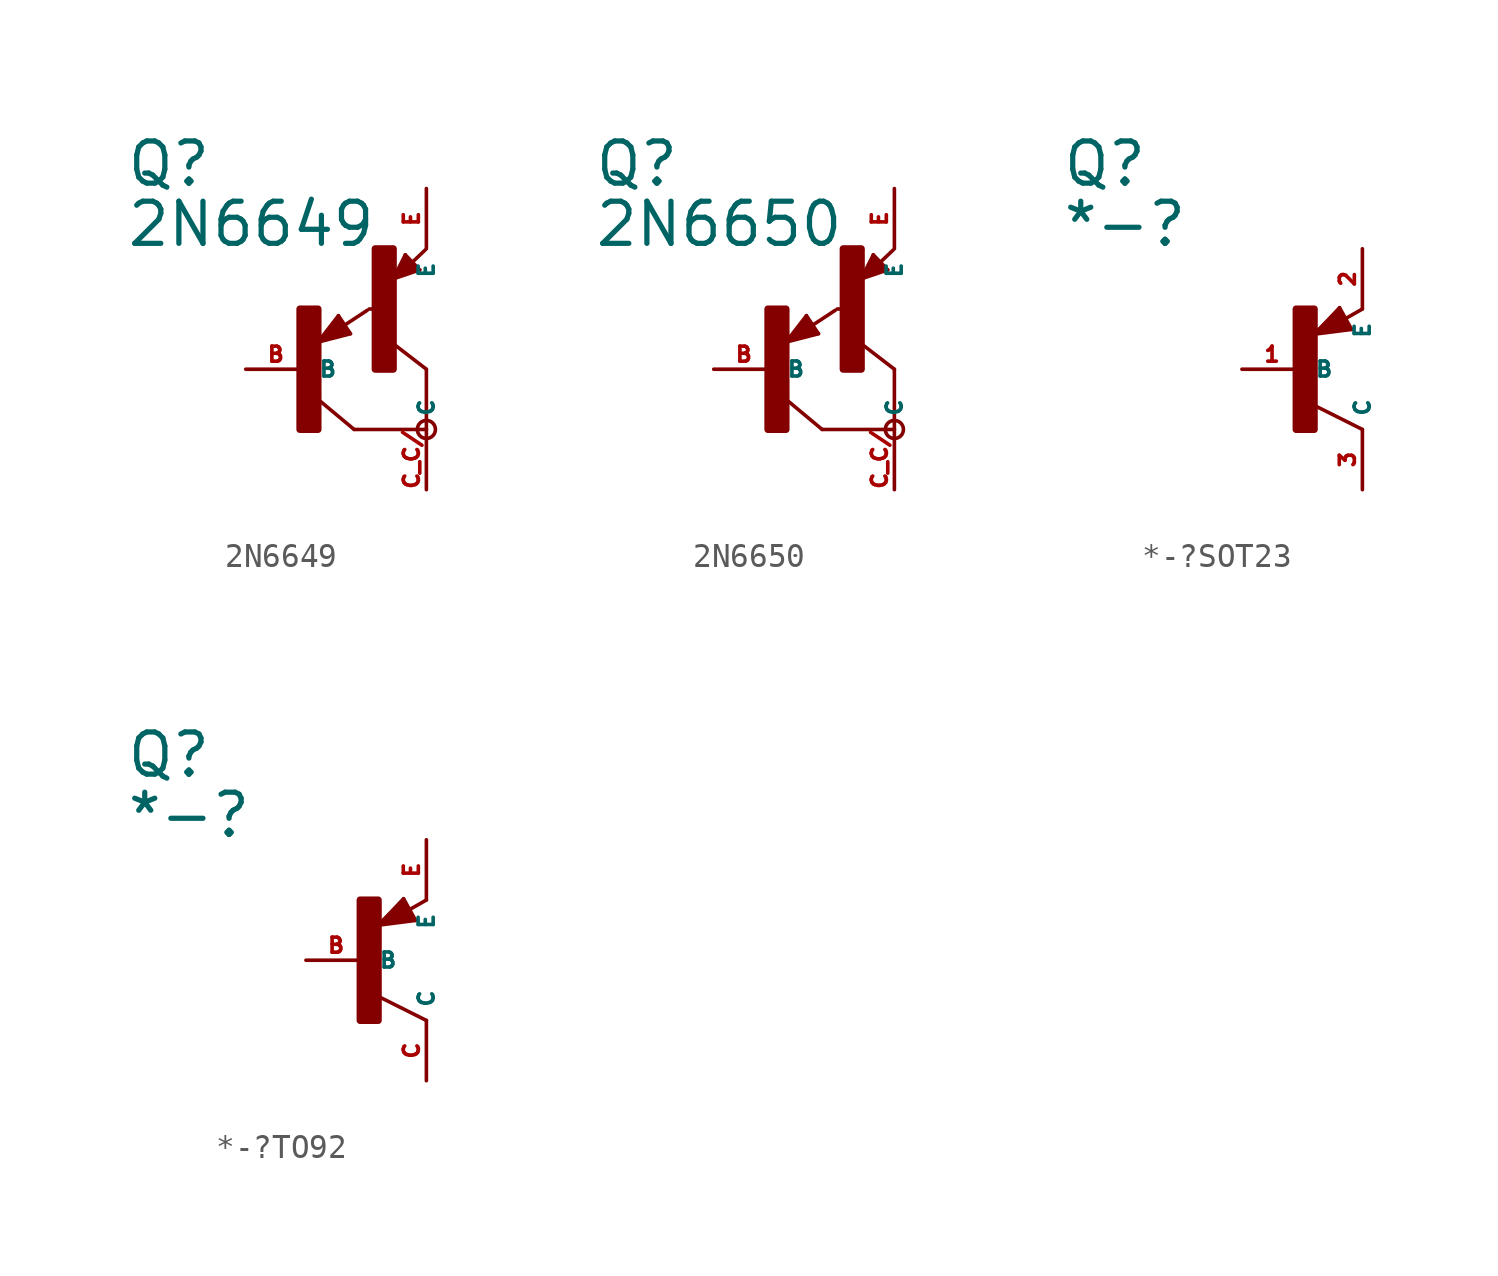
<source format=kicad_sym>
(kicad_symbol_lib
  (version 20220914)
  (generator Eagle2Kicad)
  (symbol "2N6649"
    (property "Reference" "Q"
      (at -7.62 7.62 0)
      (effects (font (size 1.778 1.778) (thickness 0.22)) (justify left bottom)))
    (property "Value" "2N6649"
      (at -7.62 5.08 0)
      (effects (font (size 1.778 1.778) (thickness 0.22)) (justify left bottom)))
    (polyline
      (pts (xy 5.08 -2.54) (xy 2.032 -2.54))
      (stroke (width 0.152) (type default))
      (fill (type none)))
    (polyline
      (pts (xy 2.032 -2.54) (xy 0.508 -1.27))
      (stroke (width 0.152) (type default))
      (fill (type none)))
    (polyline
      (pts (xy 5.08 0) (xy 3.429 1.27))
      (stroke (width 0.152) (type default))
      (fill (type none)))
    (polyline
      (pts (xy 1.37 2.259) (xy 0.508 1.143))
      (stroke (width 0.152) (type default))
      (fill (type none)))
    (polyline
      (pts (xy 1.878 1.497) (xy 1.37 2.259))
      (stroke (width 0.152) (type default))
      (fill (type none)))
    (polyline
      (pts (xy 0.508 1.143) (xy 1.878 1.497))
      (stroke (width 0.152) (type default))
      (fill (type none)))
    (polyline
      (pts (xy 1.608 1.843) (xy 2.586 2.486))
      (stroke (width 0.152) (type default))
      (fill (type none)))
    (polyline
      (pts (xy 0.635 1.27) (xy 1.397 2.159))
      (stroke (width 0.127) (type default))
      (fill (type none)))
    (polyline
      (pts (xy 1.397 2.159) (xy 1.778 1.524))
      (stroke (width 0.127) (type default))
      (fill (type none)))
    (polyline
      (pts (xy 1.778 1.524) (xy 0.762 1.27))
      (stroke (width 0.127) (type default))
      (fill (type none)))
    (polyline
      (pts (xy 0.762 1.27) (xy 1.397 2.032))
      (stroke (width 0.127) (type default))
      (fill (type none)))
    (polyline
      (pts (xy 1.397 2.032) (xy 1.651 1.651))
      (stroke (width 0.127) (type default))
      (fill (type none)))
    (polyline
      (pts (xy 1.651 1.651) (xy 0.889 1.397))
      (stroke (width 0.254) (type default))
      (fill (type none)))
    (polyline
      (pts (xy 0.889 1.397) (xy 1.397 1.905))
      (stroke (width 0.254) (type default))
      (fill (type none)))
    (polyline
      (pts (xy 1.397 1.905) (xy 1.397 1.778))
      (stroke (width 0.254) (type default))
      (fill (type none)))
    (polyline
      (pts (xy 3.683 3.81) (xy 4.799 4.191))
      (stroke (width 0.152) (type default))
      (fill (type none)))
    (polyline
      (pts (xy 4.191 4.826) (xy 3.683 3.81))
      (stroke (width 0.152) (type default))
      (fill (type none)))
    (polyline
      (pts (xy 4.799 4.191) (xy 4.191 4.826))
      (stroke (width 0.152) (type default))
      (fill (type none)))
    (polyline
      (pts (xy 4.483 4.51) (xy 5.026 5.026))
      (stroke (width 0.152) (type default))
      (fill (type none)))
    (polyline
      (pts (xy 3.81 3.937) (xy 4.191 4.699))
      (stroke (width 0.127) (type default))
      (fill (type none)))
    (polyline
      (pts (xy 4.191 4.699) (xy 4.699 4.191))
      (stroke (width 0.127) (type default))
      (fill (type none)))
    (polyline
      (pts (xy 4.699 4.191) (xy 3.937 3.937))
      (stroke (width 0.127) (type default))
      (fill (type none)))
    (polyline
      (pts (xy 3.937 3.937) (xy 4.191 4.572))
      (stroke (width 0.127) (type default))
      (fill (type none)))
    (polyline
      (pts (xy 4.191 4.572) (xy 4.572 4.191))
      (stroke (width 0.254) (type default))
      (fill (type none)))
    (polyline
      (pts (xy 4.572 4.191) (xy 4.064 4.064))
      (stroke (width 0.254) (type default))
      (fill (type none)))
    (polyline
      (pts (xy 4.064 4.064) (xy 4.191 4.318))
      (stroke (width 0.254) (type default))
      (fill (type none)))
    (polyline
      (pts (xy 4.191 4.318) (xy 4.318 4.318))
      (stroke (width 0.254) (type default))
      (fill (type none)))
    (polyline
      (pts (xy 5.08 -2.54) (xy 5.08 0))
      (stroke (width 0.152) (type default))
      (fill (type none)))
    (polyline
      (pts (xy 2.667 2.54) (xy 2.921 2.54))
      (stroke (width 0.152) (type default))
      (fill (type none)))
    (circle
      (center 5.08 -2.54)
      (radius 0.381)
      (stroke (width 0) (type default))
      (fill (type none)))
    (rectangle
      (start -0.254 -2.54)
      (end 0.508 2.54)
      (stroke (width 0.3) (type default))
      (fill (type outline)))
    (rectangle
      (start 2.921 0)
      (end 3.683 5.08)
      (stroke (width 0.3) (type default))
      (fill (type outline)))
    (pin passive line
      (at -2.54 0 0)
      (length 2.54)
      (name "B" (effects (font (size 0.635 0.635) (thickness 0.08)) (justify left bottom)))
      (number "B" (effects (font (size 0.635 0.635) (thickness 0.08)) (justify left bottom))))
    (pin passive line
      (at 5.08 7.62 270)
      (length 2.54)
      (name "E" (effects (font (size 0.635 0.635) (thickness 0.08)) (justify left bottom)))
      (number "E" (effects (font (size 0.635 0.635) (thickness 0.08)) (justify left bottom))))
    (pin passive line
      (at 5.08 -5.08 90)
      (length 2.54)
      (name "C" (effects (font (size 0.635 0.635) (thickness 0.08)) (justify left bottom)))
      (number "C C/" (effects (font (size 0.635 0.635) (thickness 0.08)) (justify left bottom)))))
  (symbol "2N6650"
    (property "Reference" "Q"
      (at -7.62 7.62 0)
      (effects (font (size 1.778 1.778) (thickness 0.22)) (justify left bottom)))
    (property "Value" "2N6650"
      (at -7.62 5.08 0)
      (effects (font (size 1.778 1.778) (thickness 0.22)) (justify left bottom)))
    (polyline
      (pts (xy 5.08 -2.54) (xy 2.032 -2.54))
      (stroke (width 0.152) (type default))
      (fill (type none)))
    (polyline
      (pts (xy 2.032 -2.54) (xy 0.508 -1.27))
      (stroke (width 0.152) (type default))
      (fill (type none)))
    (polyline
      (pts (xy 5.08 0) (xy 3.429 1.27))
      (stroke (width 0.152) (type default))
      (fill (type none)))
    (polyline
      (pts (xy 1.37 2.259) (xy 0.508 1.143))
      (stroke (width 0.152) (type default))
      (fill (type none)))
    (polyline
      (pts (xy 1.878 1.497) (xy 1.37 2.259))
      (stroke (width 0.152) (type default))
      (fill (type none)))
    (polyline
      (pts (xy 0.508 1.143) (xy 1.878 1.497))
      (stroke (width 0.152) (type default))
      (fill (type none)))
    (polyline
      (pts (xy 1.608 1.843) (xy 2.586 2.486))
      (stroke (width 0.152) (type default))
      (fill (type none)))
    (polyline
      (pts (xy 0.635 1.27) (xy 1.397 2.159))
      (stroke (width 0.127) (type default))
      (fill (type none)))
    (polyline
      (pts (xy 1.397 2.159) (xy 1.778 1.524))
      (stroke (width 0.127) (type default))
      (fill (type none)))
    (polyline
      (pts (xy 1.778 1.524) (xy 0.762 1.27))
      (stroke (width 0.127) (type default))
      (fill (type none)))
    (polyline
      (pts (xy 0.762 1.27) (xy 1.397 2.032))
      (stroke (width 0.127) (type default))
      (fill (type none)))
    (polyline
      (pts (xy 1.397 2.032) (xy 1.651 1.651))
      (stroke (width 0.127) (type default))
      (fill (type none)))
    (polyline
      (pts (xy 1.651 1.651) (xy 0.889 1.397))
      (stroke (width 0.254) (type default))
      (fill (type none)))
    (polyline
      (pts (xy 0.889 1.397) (xy 1.397 1.905))
      (stroke (width 0.254) (type default))
      (fill (type none)))
    (polyline
      (pts (xy 1.397 1.905) (xy 1.397 1.778))
      (stroke (width 0.254) (type default))
      (fill (type none)))
    (polyline
      (pts (xy 3.683 3.81) (xy 4.799 4.191))
      (stroke (width 0.152) (type default))
      (fill (type none)))
    (polyline
      (pts (xy 4.191 4.826) (xy 3.683 3.81))
      (stroke (width 0.152) (type default))
      (fill (type none)))
    (polyline
      (pts (xy 4.799 4.191) (xy 4.191 4.826))
      (stroke (width 0.152) (type default))
      (fill (type none)))
    (polyline
      (pts (xy 4.483 4.51) (xy 5.026 5.026))
      (stroke (width 0.152) (type default))
      (fill (type none)))
    (polyline
      (pts (xy 3.81 3.937) (xy 4.191 4.699))
      (stroke (width 0.127) (type default))
      (fill (type none)))
    (polyline
      (pts (xy 4.191 4.699) (xy 4.699 4.191))
      (stroke (width 0.127) (type default))
      (fill (type none)))
    (polyline
      (pts (xy 4.699 4.191) (xy 3.937 3.937))
      (stroke (width 0.127) (type default))
      (fill (type none)))
    (polyline
      (pts (xy 3.937 3.937) (xy 4.191 4.572))
      (stroke (width 0.127) (type default))
      (fill (type none)))
    (polyline
      (pts (xy 4.191 4.572) (xy 4.572 4.191))
      (stroke (width 0.254) (type default))
      (fill (type none)))
    (polyline
      (pts (xy 4.572 4.191) (xy 4.064 4.064))
      (stroke (width 0.254) (type default))
      (fill (type none)))
    (polyline
      (pts (xy 4.064 4.064) (xy 4.191 4.318))
      (stroke (width 0.254) (type default))
      (fill (type none)))
    (polyline
      (pts (xy 4.191 4.318) (xy 4.318 4.318))
      (stroke (width 0.254) (type default))
      (fill (type none)))
    (polyline
      (pts (xy 5.08 -2.54) (xy 5.08 0))
      (stroke (width 0.152) (type default))
      (fill (type none)))
    (polyline
      (pts (xy 2.667 2.54) (xy 2.921 2.54))
      (stroke (width 0.152) (type default))
      (fill (type none)))
    (circle
      (center 5.08 -2.54)
      (radius 0.381)
      (stroke (width 0) (type default))
      (fill (type none)))
    (rectangle
      (start -0.254 -2.54)
      (end 0.508 2.54)
      (stroke (width 0.3) (type default))
      (fill (type outline)))
    (rectangle
      (start 2.921 0)
      (end 3.683 5.08)
      (stroke (width 0.3) (type default))
      (fill (type outline)))
    (pin passive line
      (at -2.54 0 0)
      (length 2.54)
      (name "B" (effects (font (size 0.635 0.635) (thickness 0.08)) (justify left bottom)))
      (number "B" (effects (font (size 0.635 0.635) (thickness 0.08)) (justify left bottom))))
    (pin passive line
      (at 5.08 7.62 270)
      (length 2.54)
      (name "E" (effects (font (size 0.635 0.635) (thickness 0.08)) (justify left bottom)))
      (number "E" (effects (font (size 0.635 0.635) (thickness 0.08)) (justify left bottom))))
    (pin passive line
      (at 5.08 -5.08 90)
      (length 2.54)
      (name "C" (effects (font (size 0.635 0.635) (thickness 0.08)) (justify left bottom)))
      (number "C C/" (effects (font (size 0.635 0.635) (thickness 0.08)) (justify left bottom)))))
  (symbol "*-?SOT23"
    (property "Reference" "Q"
      (at -10.16 7.62 0)
      (effects (font (size 1.778 1.778) (thickness 0.22)) (justify left bottom)))
    (property "Value" "*-?"
      (at -10.16 5.08 0)
      (effects (font (size 1.778 1.778) (thickness 0.22)) (justify left bottom)))
    (polyline
      (pts (xy 2.086 1.678) (xy 1.578 2.594))
      (stroke (width 0.152) (type default))
      (fill (type none)))
    (polyline
      (pts (xy 1.578 2.594) (xy 0.516 1.478))
      (stroke (width 0.152) (type default))
      (fill (type none)))
    (polyline
      (pts (xy 0.516 1.478) (xy 2.086 1.678))
      (stroke (width 0.152) (type default))
      (fill (type none)))
    (polyline
      (pts (xy 2.54 2.54) (xy 1.808 2.124))
      (stroke (width 0.152) (type default))
      (fill (type none)))
    (polyline
      (pts (xy 2.54 -2.54) (xy 0.508 -1.524))
      (stroke (width 0.152) (type default))
      (fill (type none)))
    (polyline
      (pts (xy 1.905 1.778) (xy 1.524 2.413))
      (stroke (width 0.254) (type default))
      (fill (type none)))
    (polyline
      (pts (xy 1.524 2.413) (xy 0.762 1.651))
      (stroke (width 0.254) (type default))
      (fill (type none)))
    (polyline
      (pts (xy 0.762 1.651) (xy 1.778 1.778))
      (stroke (width 0.254) (type default))
      (fill (type none)))
    (polyline
      (pts (xy 1.778 1.778) (xy 1.524 2.159))
      (stroke (width 0.254) (type default))
      (fill (type none)))
    (polyline
      (pts (xy 1.524 2.159) (xy 1.143 1.905))
      (stroke (width 0.254) (type default))
      (fill (type none)))
    (polyline
      (pts (xy 1.143 1.905) (xy 1.524 1.905))
      (stroke (width 0.254) (type default))
      (fill (type none)))
    (rectangle
      (start -0.254 -2.54)
      (end 0.508 2.54)
      (stroke (width 0.3) (type default))
      (fill (type outline)))
    (pin passive line
      (at -2.54 0 0)
      (length 2.54)
      (name "B" (effects (font (size 0.635 0.635) (thickness 0.08)) (justify left bottom)))
      (number "1" (effects (font (size 0.635 0.635) (thickness 0.08)) (justify left bottom))))
    (pin passive line
      (at 2.54 5.08 270)
      (length 2.54)
      (name "E" (effects (font (size 0.635 0.635) (thickness 0.08)) (justify left bottom)))
      (number "2" (effects (font (size 0.635 0.635) (thickness 0.08)) (justify left bottom))))
    (pin passive line
      (at 2.54 -5.08 90)
      (length 2.54)
      (name "C" (effects (font (size 0.635 0.635) (thickness 0.08)) (justify left bottom)))
      (number "3" (effects (font (size 0.635 0.635) (thickness 0.08)) (justify left bottom)))))
  (symbol "*-?TO92"
    (property "Reference" "Q"
      (at -10.16 7.62 0)
      (effects (font (size 1.778 1.778) (thickness 0.22)) (justify left bottom)))
    (property "Value" "*-?"
      (at -10.16 5.08 0)
      (effects (font (size 1.778 1.778) (thickness 0.22)) (justify left bottom)))
    (polyline
      (pts (xy 2.086 1.678) (xy 1.578 2.594))
      (stroke (width 0.152) (type default))
      (fill (type none)))
    (polyline
      (pts (xy 1.578 2.594) (xy 0.516 1.478))
      (stroke (width 0.152) (type default))
      (fill (type none)))
    (polyline
      (pts (xy 0.516 1.478) (xy 2.086 1.678))
      (stroke (width 0.152) (type default))
      (fill (type none)))
    (polyline
      (pts (xy 2.54 2.54) (xy 1.808 2.124))
      (stroke (width 0.152) (type default))
      (fill (type none)))
    (polyline
      (pts (xy 2.54 -2.54) (xy 0.508 -1.524))
      (stroke (width 0.152) (type default))
      (fill (type none)))
    (polyline
      (pts (xy 1.905 1.778) (xy 1.524 2.413))
      (stroke (width 0.254) (type default))
      (fill (type none)))
    (polyline
      (pts (xy 1.524 2.413) (xy 0.762 1.651))
      (stroke (width 0.254) (type default))
      (fill (type none)))
    (polyline
      (pts (xy 0.762 1.651) (xy 1.778 1.778))
      (stroke (width 0.254) (type default))
      (fill (type none)))
    (polyline
      (pts (xy 1.778 1.778) (xy 1.524 2.159))
      (stroke (width 0.254) (type default))
      (fill (type none)))
    (polyline
      (pts (xy 1.524 2.159) (xy 1.143 1.905))
      (stroke (width 0.254) (type default))
      (fill (type none)))
    (polyline
      (pts (xy 1.143 1.905) (xy 1.524 1.905))
      (stroke (width 0.254) (type default))
      (fill (type none)))
    (rectangle
      (start -0.254 -2.54)
      (end 0.508 2.54)
      (stroke (width 0.3) (type default))
      (fill (type outline)))
    (pin passive line
      (at -2.54 0 0)
      (length 2.54)
      (name "B" (effects (font (size 0.635 0.635) (thickness 0.08)) (justify left bottom)))
      (number "B" (effects (font (size 0.635 0.635) (thickness 0.08)) (justify left bottom))))
    (pin passive line
      (at 2.54 5.08 270)
      (length 2.54)
      (name "E" (effects (font (size 0.635 0.635) (thickness 0.08)) (justify left bottom)))
      (number "E" (effects (font (size 0.635 0.635) (thickness 0.08)) (justify left bottom))))
    (pin passive line
      (at 2.54 -5.08 90)
      (length 2.54)
      (name "C" (effects (font (size 0.635 0.635) (thickness 0.08)) (justify left bottom)))
      (number "C" (effects (font (size 0.635 0.635) (thickness 0.08)) (justify left bottom))))))
</source>
